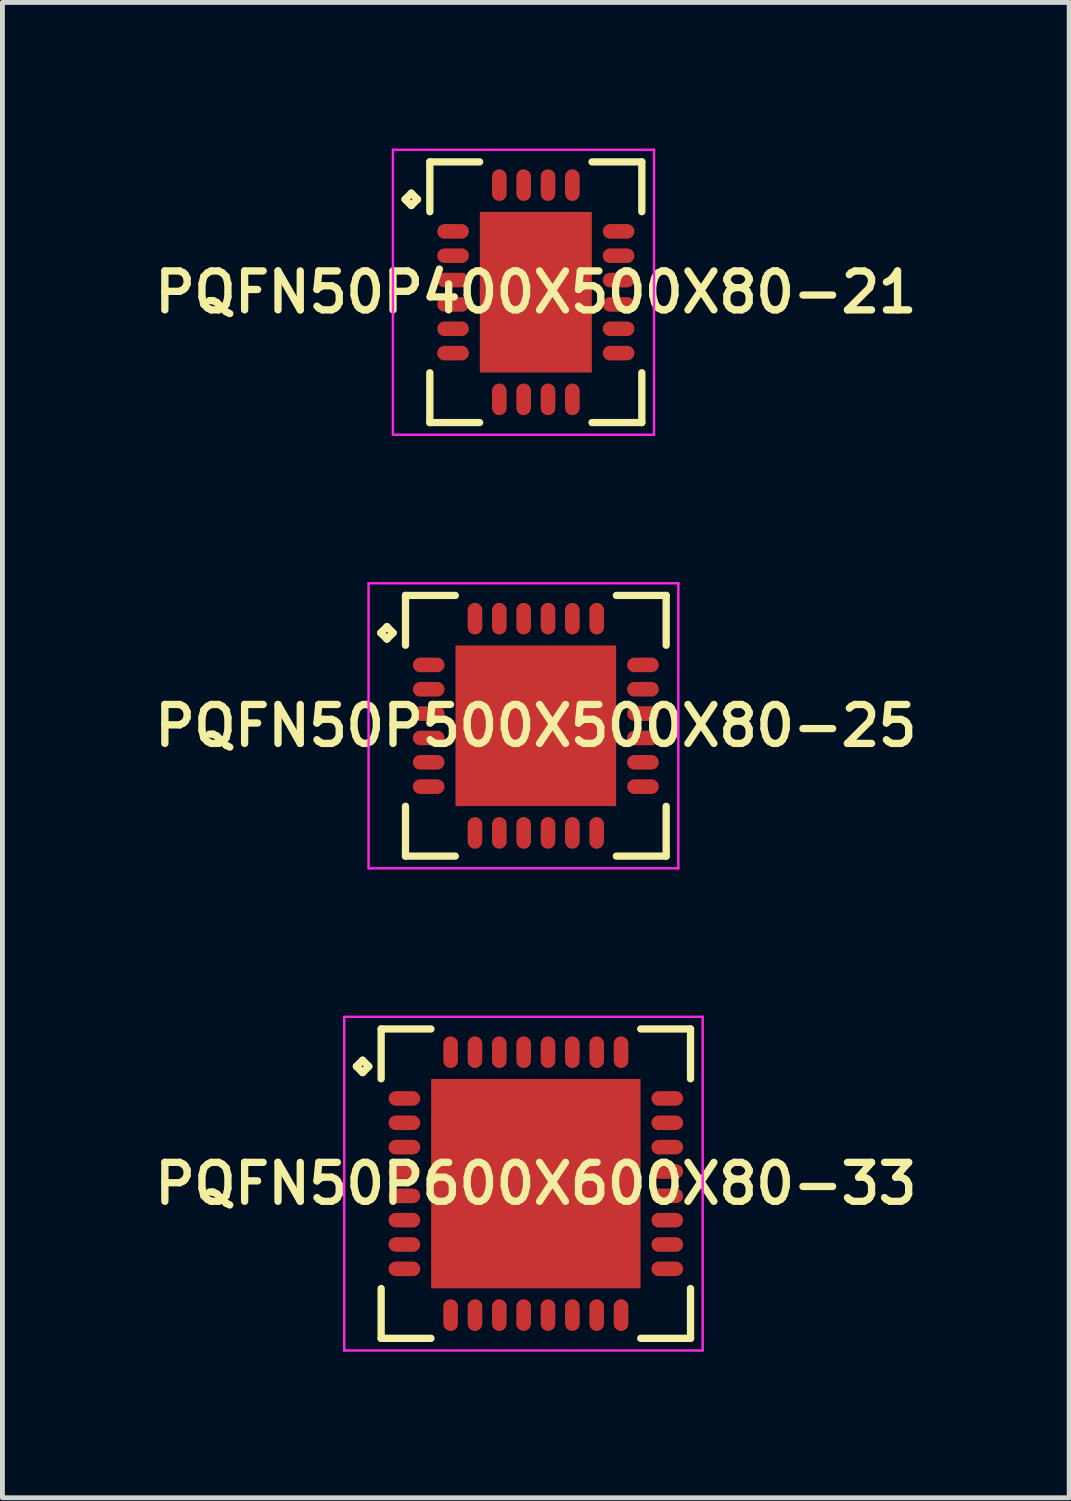
<source format=kicad_pcb>
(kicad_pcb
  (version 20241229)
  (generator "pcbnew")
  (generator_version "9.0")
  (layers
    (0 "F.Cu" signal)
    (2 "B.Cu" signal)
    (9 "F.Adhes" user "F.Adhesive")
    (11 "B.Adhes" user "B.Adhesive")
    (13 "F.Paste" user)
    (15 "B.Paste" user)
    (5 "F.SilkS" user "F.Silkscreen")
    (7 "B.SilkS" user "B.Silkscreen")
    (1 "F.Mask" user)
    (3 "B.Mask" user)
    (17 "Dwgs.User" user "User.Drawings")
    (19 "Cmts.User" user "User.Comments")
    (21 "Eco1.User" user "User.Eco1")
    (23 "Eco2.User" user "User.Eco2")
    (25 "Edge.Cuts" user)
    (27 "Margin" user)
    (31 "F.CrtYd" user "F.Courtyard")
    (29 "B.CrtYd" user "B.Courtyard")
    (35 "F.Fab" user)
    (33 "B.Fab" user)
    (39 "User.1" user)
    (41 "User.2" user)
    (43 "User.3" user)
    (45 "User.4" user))
  (footprint "PQFN50P500X500X80-25"
    (layer "F.Cu")
    (at 7.955 11.856)
    (property "Reference" "PQFN50P500X500X80-25" (at 0 0 0) (layer "F.SilkS") (effects (font (size 0.8 0.8) (thickness 0.15))))
    (attr smd)
    (fp_line (start -3.185 -1.908) (end -3.058 -2.035) (stroke (width 0.15) (type solid)) (layer "F.SilkS"))
    (fp_line (start -3.058 -2.035) (end -2.931 -1.908) (stroke (width 0.15) (type solid)) (layer "F.SilkS"))
    (fp_line (start -3.058 -1.781) (end -3.185 -1.908) (stroke (width 0.15) (type solid)) (layer "F.SilkS"))
    (fp_line (start -2.931 -1.908) (end -3.058 -1.781) (stroke (width 0.15) (type solid)) (layer "F.SilkS"))
    (fp_line (start -2.677 -2.677) (end -1.654 -2.677) (stroke (width 0.15) (type solid)) (layer "F.SilkS"))
    (fp_line (start -2.677 -1.654) (end -2.677 -2.677) (stroke (width 0.15) (type solid)) (layer "F.SilkS"))
    (fp_line (start -2.677 1.654) (end -2.677 2.677) (stroke (width 0.15) (type solid)) (layer "F.SilkS"))
    (fp_line (start -2.677 2.677) (end -1.654 2.677) (stroke (width 0.15) (type solid)) (layer "F.SilkS"))
    (fp_line (start 1.654 -2.677) (end 2.677 -2.677) (stroke (width 0.15) (type solid)) (layer "F.SilkS"))
    (fp_line (start 1.654 2.677) (end 2.677 2.677) (stroke (width 0.15) (type solid)) (layer "F.SilkS"))
    (fp_line (start 2.677 -2.677) (end 2.677 -1.654) (stroke (width 0.15) (type solid)) (layer "F.SilkS"))
    (fp_line (start 2.677 2.677) (end 2.677 1.654) (stroke (width 0.15) (type solid)) (layer "F.SilkS"))
    (fp_line (start -3.435 -2.927) (end 2.927 -2.927) (stroke (width 0.05) (type solid)) (layer "F.CrtYd"))
    (fp_line (start -3.435 2.927) (end -3.435 -2.927) (stroke (width 0.05) (type solid)) (layer "F.CrtYd"))
    (fp_line (start 2.927 -2.927) (end 2.927 2.927) (stroke (width 0.05) (type solid)) (layer "F.CrtYd"))
    (fp_line (start 2.927 2.927) (end -3.435 2.927) (stroke (width 0.05) (type solid)) (layer "F.CrtYd"))
    (pad "1" smd oval (at -2.2 -1.25) (size 0.65 0.3) (layers "F.Cu" "F.Mask" "F.Paste"))
    (pad "2" smd oval (at -2.2 -0.75) (size 0.65 0.3) (layers "F.Cu" "F.Mask" "F.Paste"))
    (pad "3" smd oval (at -2.2 -0.25) (size 0.65 0.3) (layers "F.Cu" "F.Mask" "F.Paste"))
    (pad "4" smd oval (at -2.2 0.25) (size 0.65 0.3) (layers "F.Cu" "F.Mask" "F.Paste"))
    (pad "5" smd oval (at -2.2 0.75) (size 0.65 0.3) (layers "F.Cu" "F.Mask" "F.Paste"))
    (pad "6" smd oval (at -2.2 1.25) (size 0.65 0.3) (layers "F.Cu" "F.Mask" "F.Paste"))
    (pad "7" smd oval (at -1.25 2.2) (size 0.3 0.65) (layers "F.Cu" "F.Mask" "F.Paste"))
    (pad "8" smd oval (at -0.75 2.2) (size 0.3 0.65) (layers "F.Cu" "F.Mask" "F.Paste"))
    (pad "9" smd oval (at -0.25 2.2) (size 0.3 0.65) (layers "F.Cu" "F.Mask" "F.Paste"))
    (pad "10" smd oval (at 0.25 2.2) (size 0.3 0.65) (layers "F.Cu" "F.Mask" "F.Paste"))
    (pad "11" smd oval (at 0.75 2.2) (size 0.3 0.65) (layers "F.Cu" "F.Mask" "F.Paste"))
    (pad "12" smd oval (at 1.25 2.2) (size 0.3 0.65) (layers "F.Cu" "F.Mask" "F.Paste"))
    (pad "13" smd oval (at 2.2 1.25) (size 0.65 0.3) (layers "F.Cu" "F.Mask" "F.Paste"))
    (pad "14" smd oval (at 2.2 0.75) (size 0.65 0.3) (layers "F.Cu" "F.Mask" "F.Paste"))
    (pad "15" smd oval (at 2.2 0.25) (size 0.65 0.3) (layers "F.Cu" "F.Mask" "F.Paste"))
    (pad "16" smd oval (at 2.2 -0.25) (size 0.65 0.3) (layers "F.Cu" "F.Mask" "F.Paste"))
    (pad "17" smd oval (at 2.2 -0.75) (size 0.65 0.3) (layers "F.Cu" "F.Mask" "F.Paste"))
    (pad "18" smd oval (at 2.2 -1.25) (size 0.65 0.3) (layers "F.Cu" "F.Mask" "F.Paste"))
    (pad "19" smd oval (at 1.25 -2.2) (size 0.3 0.65) (layers "F.Cu" "F.Mask" "F.Paste"))
    (pad "20" smd oval (at 0.75 -2.2) (size 0.3 0.65) (layers "F.Cu" "F.Mask" "F.Paste"))
    (pad "21" smd oval (at 0.25 -2.2) (size 0.3 0.65) (layers "F.Cu" "F.Mask" "F.Paste"))
    (pad "22" smd oval (at -0.25 -2.2) (size 0.3 0.65) (layers "F.Cu" "F.Mask" "F.Paste"))
    (pad "23" smd oval (at -0.75 -2.2) (size 0.3 0.65) (layers "F.Cu" "F.Mask" "F.Paste"))
    (pad "24" smd oval (at -1.25 -2.2) (size 0.3 0.65) (layers "F.Cu" "F.Mask" "F.Paste"))
    (pad "25" smd rect (at 0 0) (size 3.3 3.3) (layers "F.Cu" "F.Mask" "F.Paste")))
  (footprint "PQFN50P600X600X80-33"
    (layer "F.Cu")
    (at 7.955 21.26)
    (property "Reference" "PQFN50P600X600X80-33" (at 0 0 0) (layer "F.SilkS") (effects (font (size 0.8 0.8) (thickness 0.15))))
    (attr smd)
    (fp_line (start -3.685 -2.408) (end -3.558 -2.535) (stroke (width 0.15) (type solid)) (layer "F.SilkS"))
    (fp_line (start -3.558 -2.535) (end -3.431 -2.408) (stroke (width 0.15) (type solid)) (layer "F.SilkS"))
    (fp_line (start -3.558 -2.281) (end -3.685 -2.408) (stroke (width 0.15) (type solid)) (layer "F.SilkS"))
    (fp_line (start -3.431 -2.408) (end -3.558 -2.281) (stroke (width 0.15) (type solid)) (layer "F.SilkS"))
    (fp_line (start -3.177 -3.177) (end -2.154 -3.177) (stroke (width 0.15) (type solid)) (layer "F.SilkS"))
    (fp_line (start -3.177 -2.154) (end -3.177 -3.177) (stroke (width 0.15) (type solid)) (layer "F.SilkS"))
    (fp_line (start -3.177 2.154) (end -3.177 3.177) (stroke (width 0.15) (type solid)) (layer "F.SilkS"))
    (fp_line (start -3.177 3.177) (end -2.154 3.177) (stroke (width 0.15) (type solid)) (layer "F.SilkS"))
    (fp_line (start 2.154 -3.177) (end 3.177 -3.177) (stroke (width 0.15) (type solid)) (layer "F.SilkS"))
    (fp_line (start 2.154 3.177) (end 3.177 3.177) (stroke (width 0.15) (type solid)) (layer "F.SilkS"))
    (fp_line (start 3.177 -3.177) (end 3.177 -2.154) (stroke (width 0.15) (type solid)) (layer "F.SilkS"))
    (fp_line (start 3.177 3.177) (end 3.177 2.154) (stroke (width 0.15) (type solid)) (layer "F.SilkS"))
    (fp_line (start -3.935 -3.427) (end 3.427 -3.427) (stroke (width 0.05) (type solid)) (layer "F.CrtYd"))
    (fp_line (start -3.935 3.427) (end -3.935 -3.427) (stroke (width 0.05) (type solid)) (layer "F.CrtYd"))
    (fp_line (start 3.427 -3.427) (end 3.427 3.427) (stroke (width 0.05) (type solid)) (layer "F.CrtYd"))
    (fp_line (start 3.427 3.427) (end -3.935 3.427) (stroke (width 0.05) (type solid)) (layer "F.CrtYd"))
    (pad "1" smd oval (at -2.7 -1.75) (size 0.65 0.3) (layers "F.Cu" "F.Mask" "F.Paste"))
    (pad "2" smd oval (at -2.7 -1.25) (size 0.65 0.3) (layers "F.Cu" "F.Mask" "F.Paste"))
    (pad "3" smd oval (at -2.7 -0.75) (size 0.65 0.3) (layers "F.Cu" "F.Mask" "F.Paste"))
    (pad "4" smd oval (at -2.7 -0.25) (size 0.65 0.3) (layers "F.Cu" "F.Mask" "F.Paste"))
    (pad "5" smd oval (at -2.7 0.25) (size 0.65 0.3) (layers "F.Cu" "F.Mask" "F.Paste"))
    (pad "6" smd oval (at -2.7 0.75) (size 0.65 0.3) (layers "F.Cu" "F.Mask" "F.Paste"))
    (pad "7" smd oval (at -2.7 1.25) (size 0.65 0.3) (layers "F.Cu" "F.Mask" "F.Paste"))
    (pad "8" smd oval (at -2.7 1.75) (size 0.65 0.3) (layers "F.Cu" "F.Mask" "F.Paste"))
    (pad "9" smd oval (at -1.75 2.7) (size 0.3 0.65) (layers "F.Cu" "F.Mask" "F.Paste"))
    (pad "10" smd oval (at -1.25 2.7) (size 0.3 0.65) (layers "F.Cu" "F.Mask" "F.Paste"))
    (pad "11" smd oval (at -0.75 2.7) (size 0.3 0.65) (layers "F.Cu" "F.Mask" "F.Paste"))
    (pad "12" smd oval (at -0.25 2.7) (size 0.3 0.65) (layers "F.Cu" "F.Mask" "F.Paste"))
    (pad "13" smd oval (at 0.25 2.7) (size 0.3 0.65) (layers "F.Cu" "F.Mask" "F.Paste"))
    (pad "14" smd oval (at 0.75 2.7) (size 0.3 0.65) (layers "F.Cu" "F.Mask" "F.Paste"))
    (pad "15" smd oval (at 1.25 2.7) (size 0.3 0.65) (layers "F.Cu" "F.Mask" "F.Paste"))
    (pad "16" smd oval (at 1.75 2.7) (size 0.3 0.65) (layers "F.Cu" "F.Mask" "F.Paste"))
    (pad "17" smd oval (at 2.7 1.75) (size 0.65 0.3) (layers "F.Cu" "F.Mask" "F.Paste"))
    (pad "18" smd oval (at 2.7 1.25) (size 0.65 0.3) (layers "F.Cu" "F.Mask" "F.Paste"))
    (pad "19" smd oval (at 2.7 0.75) (size 0.65 0.3) (layers "F.Cu" "F.Mask" "F.Paste"))
    (pad "20" smd oval (at 2.7 0.25) (size 0.65 0.3) (layers "F.Cu" "F.Mask" "F.Paste"))
    (pad "21" smd oval (at 2.7 -0.25) (size 0.65 0.3) (layers "F.Cu" "F.Mask" "F.Paste"))
    (pad "22" smd oval (at 2.7 -0.75) (size 0.65 0.3) (layers "F.Cu" "F.Mask" "F.Paste"))
    (pad "23" smd oval (at 2.7 -1.25) (size 0.65 0.3) (layers "F.Cu" "F.Mask" "F.Paste"))
    (pad "24" smd oval (at 2.7 -1.75) (size 0.65 0.3) (layers "F.Cu" "F.Mask" "F.Paste"))
    (pad "25" smd oval (at 1.75 -2.7) (size 0.3 0.65) (layers "F.Cu" "F.Mask" "F.Paste"))
    (pad "26" smd oval (at 1.25 -2.7) (size 0.3 0.65) (layers "F.Cu" "F.Mask" "F.Paste"))
    (pad "27" smd oval (at 0.75 -2.7) (size 0.3 0.65) (layers "F.Cu" "F.Mask" "F.Paste"))
    (pad "28" smd oval (at 0.25 -2.7) (size 0.3 0.65) (layers "F.Cu" "F.Mask" "F.Paste"))
    (pad "29" smd oval (at -0.25 -2.7) (size 0.3 0.65) (layers "F.Cu" "F.Mask" "F.Paste"))
    (pad "30" smd oval (at -0.75 -2.7) (size 0.3 0.65) (layers "F.Cu" "F.Mask" "F.Paste"))
    (pad "31" smd oval (at -1.25 -2.7) (size 0.3 0.65) (layers "F.Cu" "F.Mask" "F.Paste"))
    (pad "32" smd oval (at -1.75 -2.7) (size 0.3 0.65) (layers "F.Cu" "F.Mask" "F.Paste"))
    (pad "33" smd rect (at 0 0) (size 4.3 4.3) (layers "F.Cu" "F.Mask" "F.Paste")))
  (footprint "PQFN50P400X500X80-21"
    (layer "F.Cu")
    (at 7.955 2.952)
    (property "Reference" "PQFN50P400X500X80-21" (at 0 0 0) (layer "F.SilkS") (effects (font (size 0.8 0.8) (thickness 0.15))))
    (attr smd)
    (fp_line (start -2.685 -1.908) (end -2.558 -2.035) (stroke (width 0.15) (type solid)) (layer "F.SilkS"))
    (fp_line (start -2.558 -2.035) (end -2.431 -1.908) (stroke (width 0.15) (type solid)) (layer "F.SilkS"))
    (fp_line (start -2.558 -1.781) (end -2.685 -1.908) (stroke (width 0.15) (type solid)) (layer "F.SilkS"))
    (fp_line (start -2.431 -1.908) (end -2.558 -1.781) (stroke (width 0.15) (type solid)) (layer "F.SilkS"))
    (fp_line (start -2.177 -2.677) (end -1.154 -2.677) (stroke (width 0.15) (type solid)) (layer "F.SilkS"))
    (fp_line (start -2.177 -1.654) (end -2.177 -2.677) (stroke (width 0.15) (type solid)) (layer "F.SilkS"))
    (fp_line (start -2.177 1.654) (end -2.177 2.677) (stroke (width 0.15) (type solid)) (layer "F.SilkS"))
    (fp_line (start -2.177 2.677) (end -1.154 2.677) (stroke (width 0.15) (type solid)) (layer "F.SilkS"))
    (fp_line (start 1.154 -2.677) (end 2.177 -2.677) (stroke (width 0.15) (type solid)) (layer "F.SilkS"))
    (fp_line (start 1.154 2.677) (end 2.177 2.677) (stroke (width 0.15) (type solid)) (layer "F.SilkS"))
    (fp_line (start 2.177 -2.677) (end 2.177 -1.654) (stroke (width 0.15) (type solid)) (layer "F.SilkS"))
    (fp_line (start 2.177 2.677) (end 2.177 1.654) (stroke (width 0.15) (type solid)) (layer "F.SilkS"))
    (fp_line (start -2.935 -2.927) (end 2.427 -2.927) (stroke (width 0.05) (type solid)) (layer "F.CrtYd"))
    (fp_line (start -2.935 2.927) (end -2.935 -2.927) (stroke (width 0.05) (type solid)) (layer "F.CrtYd"))
    (fp_line (start 2.427 -2.927) (end 2.427 2.927) (stroke (width 0.05) (type solid)) (layer "F.CrtYd"))
    (fp_line (start 2.427 2.927) (end -2.935 2.927) (stroke (width 0.05) (type solid)) (layer "F.CrtYd"))
    (pad "1" smd oval (at -1.7 -1.25) (size 0.65 0.3) (layers "F.Cu" "F.Mask" "F.Paste"))
    (pad "2" smd oval (at -1.7 -0.75) (size 0.65 0.3) (layers "F.Cu" "F.Mask" "F.Paste"))
    (pad "3" smd oval (at -1.7 -0.25) (size 0.65 0.3) (layers "F.Cu" "F.Mask" "F.Paste"))
    (pad "4" smd oval (at -1.7 0.25) (size 0.65 0.3) (layers "F.Cu" "F.Mask" "F.Paste"))
    (pad "5" smd oval (at -1.7 0.75) (size 0.65 0.3) (layers "F.Cu" "F.Mask" "F.Paste"))
    (pad "6" smd oval (at -1.7 1.25) (size 0.65 0.3) (layers "F.Cu" "F.Mask" "F.Paste"))
    (pad "7" smd oval (at -0.75 2.2) (size 0.3 0.65) (layers "F.Cu" "F.Mask" "F.Paste"))
    (pad "8" smd oval (at -0.25 2.2) (size 0.3 0.65) (layers "F.Cu" "F.Mask" "F.Paste"))
    (pad "9" smd oval (at 0.25 2.2) (size 0.3 0.65) (layers "F.Cu" "F.Mask" "F.Paste"))
    (pad "10" smd oval (at 0.75 2.2) (size 0.3 0.65) (layers "F.Cu" "F.Mask" "F.Paste"))
    (pad "11" smd oval (at 1.7 1.25) (size 0.65 0.3) (layers "F.Cu" "F.Mask" "F.Paste"))
    (pad "12" smd oval (at 1.7 0.75) (size 0.65 0.3) (layers "F.Cu" "F.Mask" "F.Paste"))
    (pad "13" smd oval (at 1.7 0.25) (size 0.65 0.3) (layers "F.Cu" "F.Mask" "F.Paste"))
    (pad "14" smd oval (at 1.7 -0.25) (size 0.65 0.3) (layers "F.Cu" "F.Mask" "F.Paste"))
    (pad "15" smd oval (at 1.7 -0.75) (size 0.65 0.3) (layers "F.Cu" "F.Mask" "F.Paste"))
    (pad "16" smd oval (at 1.7 -1.25) (size 0.65 0.3) (layers "F.Cu" "F.Mask" "F.Paste"))
    (pad "17" smd oval (at 0.75 -2.2) (size 0.3 0.65) (layers "F.Cu" "F.Mask" "F.Paste"))
    (pad "18" smd oval (at 0.25 -2.2) (size 0.3 0.65) (layers "F.Cu" "F.Mask" "F.Paste"))
    (pad "19" smd oval (at -0.25 -2.2) (size 0.3 0.65) (layers "F.Cu" "F.Mask" "F.Paste"))
    (pad "20" smd oval (at -0.75 -2.2) (size 0.3 0.65) (layers "F.Cu" "F.Mask" "F.Paste"))
    (pad "21" smd rect (at 0 0) (size 2.3 3.3) (layers "F.Cu" "F.Mask" "F.Paste")))
  (gr_rect
    (start -3 -3)
    (end 18.909 27.712)
    (stroke (width 0.1) (type default))
    (fill no)
    (layer "Edge.Cuts")))
</source>
